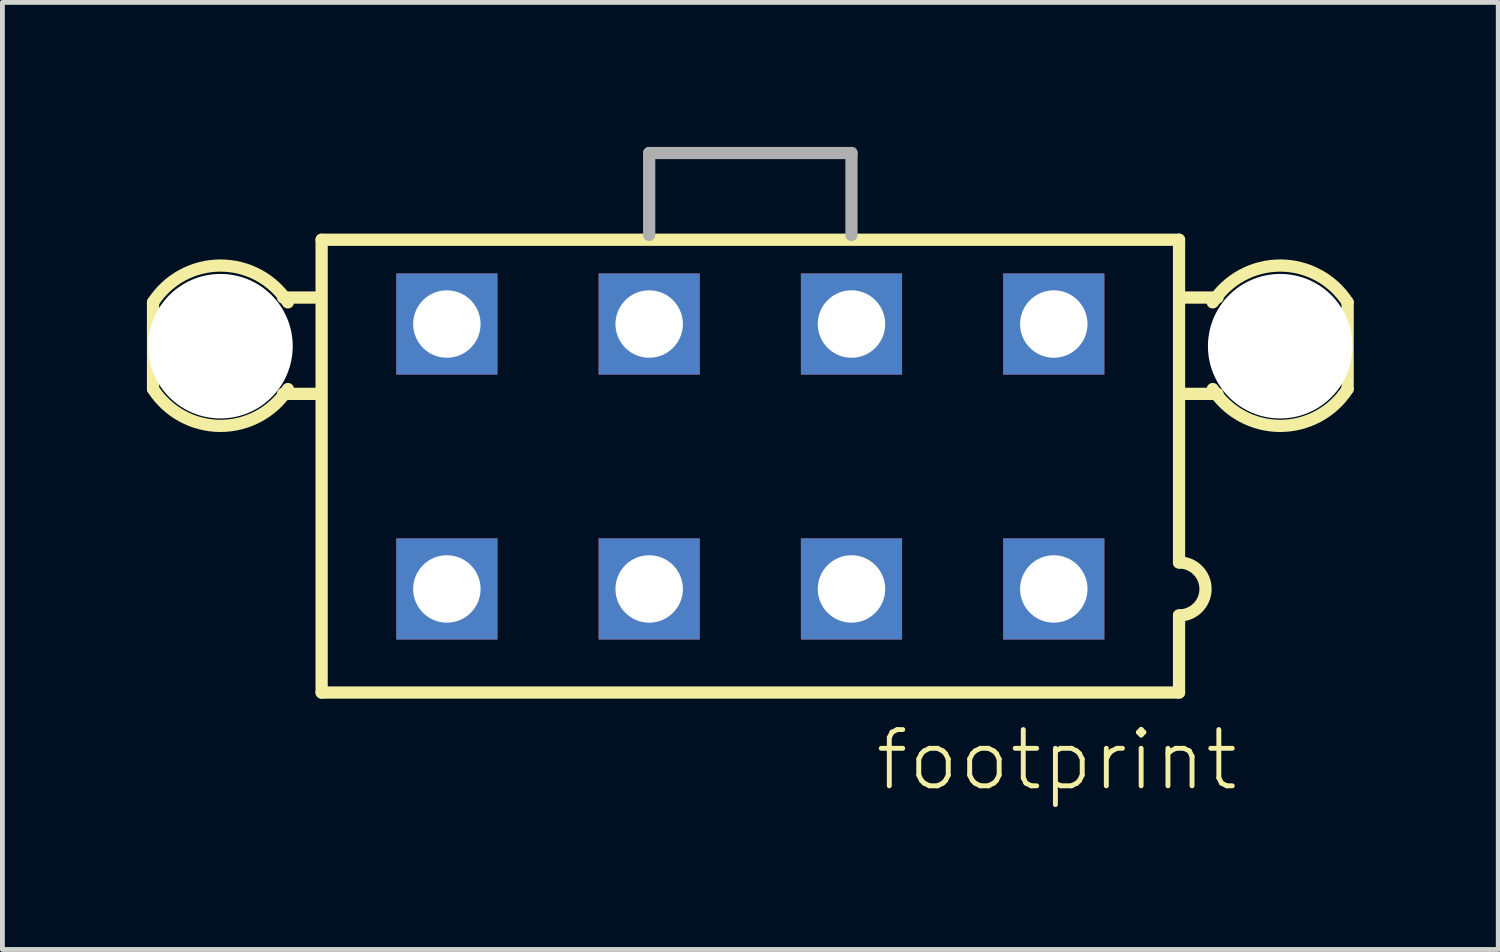
<source format=kicad_pcb>
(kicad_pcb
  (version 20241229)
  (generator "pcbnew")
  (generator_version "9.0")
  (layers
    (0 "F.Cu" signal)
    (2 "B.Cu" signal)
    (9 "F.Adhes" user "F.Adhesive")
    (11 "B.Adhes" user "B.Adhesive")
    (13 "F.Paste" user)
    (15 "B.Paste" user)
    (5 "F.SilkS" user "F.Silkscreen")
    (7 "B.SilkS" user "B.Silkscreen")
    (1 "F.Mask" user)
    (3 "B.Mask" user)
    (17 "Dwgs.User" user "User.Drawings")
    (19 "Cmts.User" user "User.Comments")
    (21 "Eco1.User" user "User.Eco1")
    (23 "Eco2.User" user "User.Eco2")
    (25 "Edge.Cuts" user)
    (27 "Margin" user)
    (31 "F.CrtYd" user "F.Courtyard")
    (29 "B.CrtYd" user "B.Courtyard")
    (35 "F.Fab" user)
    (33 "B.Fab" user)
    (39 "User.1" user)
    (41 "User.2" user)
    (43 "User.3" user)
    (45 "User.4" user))
  (footprint "footprint"
    (layer "F.Cu")
    (at 12.527 6.427)
    (property "Reference" "footprint" (at 2.54 6.985 0) (layer "F.SilkS") (effects (font (size 1.168 1.168) (thickness 0.102)) (justify left bottom)))
    (fp_line (start -12.4 -3.2) (end -12.4 -1.4) (stroke (width 0.254) (type solid)) (layer "F.SilkS"))
    (fp_line (start -9.7 -3.3) (end -9 -3.3) (stroke (width 0.254) (type solid)) (layer "F.SilkS"))
    (fp_line (start -9.7 -1.3) (end -9 -1.3) (stroke (width 0.254) (type solid)) (layer "F.SilkS"))
    (fp_line (start -8.9 -4.5) (end 8.9 -4.5) (stroke (width 0.254) (type solid)) (layer "F.SilkS"))
    (fp_line (start -8.9 4.9) (end -8.9 -4.5) (stroke (width 0.254) (type solid)) (layer "F.SilkS"))
    (fp_line (start 8.9 -4.5) (end 8.9 2.2) (stroke (width 0.254) (type solid)) (layer "F.SilkS"))
    (fp_line (start 8.9 3.3) (end 8.9 4.9) (stroke (width 0.254) (type solid)) (layer "F.SilkS"))
    (fp_line (start 8.9 4.9) (end -8.9 4.9) (stroke (width 0.254) (type solid)) (layer "F.SilkS"))
    (fp_line (start 9.7 -3.3) (end 9 -3.3) (stroke (width 0.254) (type solid)) (layer "F.SilkS"))
    (fp_line (start 9.7 -1.3) (end 9 -1.3) (stroke (width 0.254) (type solid)) (layer "F.SilkS"))
    (fp_line (start 12.4 -1.4) (end 12.4 -3.2) (stroke (width 0.254) (type solid)) (layer "F.SilkS"))
    (fp_arc (start -12.4 -3.2) (mid -10.999999 -3.964331) (end -9.599999 -3.199999) (stroke (width 0.254) (type solid)) (layer "F.SilkS"))
    (fp_arc (start -9.6 -1.4) (mid -11 -0.635668) (end -12.4 -1.4) (stroke (width 0.254) (type solid)) (layer "F.SilkS"))
    (fp_arc (start 8.9 2.2) (mid 9.45 2.75) (end 8.9 3.3) (stroke (width 0.254) (type solid)) (layer "F.SilkS"))
    (fp_arc (start 9.6 -3.2) (mid 11.000001 -3.964331) (end 12.400001 -3.199999) (stroke (width 0.254) (type solid)) (layer "F.SilkS"))
    (fp_arc (start 12.4 -1.4) (mid 11 -0.635668) (end 9.6 -1.4) (stroke (width 0.254) (type solid)) (layer "F.SilkS"))
    (fp_line (start -2.1 -6.3) (end -2.1 -4.6) (stroke (width 0.254) (type solid)) (layer "F.Fab"))
    (fp_line (start -2.1 -6.3) (end 2.1 -6.3) (stroke (width 0.254) (type solid)) (layer "F.Fab"))
    (fp_line (start 2.1 -6.3) (end 2.1 -4.6) (stroke (width 0.254) (type solid)) (layer "F.Fab"))
    (pad "" np_thru_hole circle (at -11 -2.29) (size 3 3) (drill 3) (layers "*.Cu" "*.Mask"))
    (pad "" np_thru_hole circle (at 11 -2.29) (size 3 3) (drill 3) (layers "*.Cu" "*.Mask"))
    (pad "1" thru_hole rect (at 6.3 2.75) (size 2.1 2.1) (drill 1.4) (layers "*.Cu" "*.Mask"))
    (pad "2" thru_hole rect (at 2.1 2.75) (size 2.1 2.1) (drill 1.4) (layers "*.Cu" "*.Mask"))
    (pad "3" thru_hole rect (at -2.1 2.75) (size 2.1 2.1) (drill 1.4) (layers "*.Cu" "*.Mask"))
    (pad "4" thru_hole rect (at -6.3 2.75) (size 2.1 2.1) (drill 1.4) (layers "*.Cu" "*.Mask"))
    (pad "5" thru_hole rect (at 6.3 -2.75) (size 2.1 2.1) (drill 1.4) (layers "*.Cu" "*.Mask"))
    (pad "6" thru_hole rect (at 2.1 -2.75) (size 2.1 2.1) (drill 1.4) (layers "*.Cu" "*.Mask"))
    (pad "7" thru_hole rect (at -2.1 -2.75) (size 2.1 2.1) (drill 1.4) (layers "*.Cu" "*.Mask"))
    (pad "8" thru_hole rect (at -6.3 -2.75) (size 2.1 2.1) (drill 1.4) (layers "*.Cu" "*.Mask")))
  (gr_rect
    (start -3 -3)
    (end 28.054 16.662)
    (stroke (width 0.1) (type default))
    (fill no)
    (layer "Edge.Cuts")))
</source>
